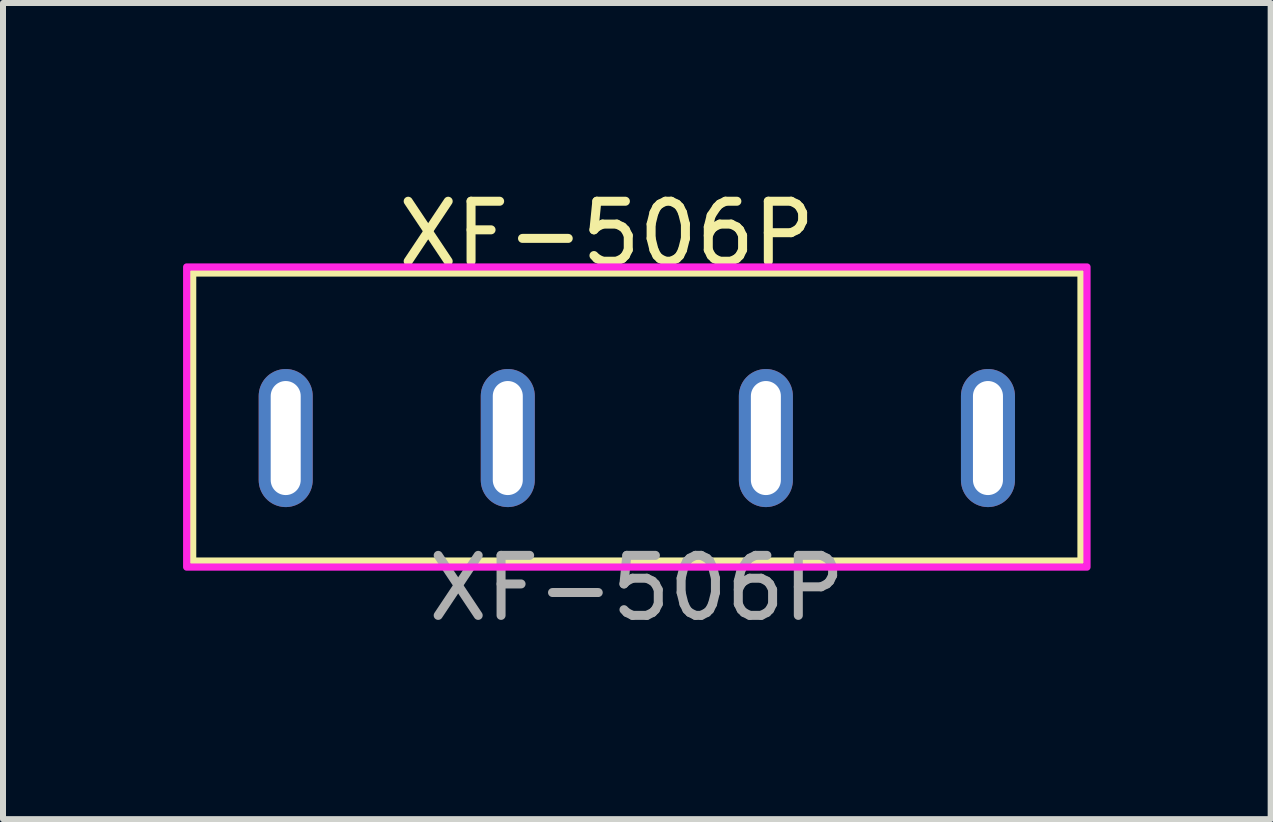
<source format=kicad_pcb>
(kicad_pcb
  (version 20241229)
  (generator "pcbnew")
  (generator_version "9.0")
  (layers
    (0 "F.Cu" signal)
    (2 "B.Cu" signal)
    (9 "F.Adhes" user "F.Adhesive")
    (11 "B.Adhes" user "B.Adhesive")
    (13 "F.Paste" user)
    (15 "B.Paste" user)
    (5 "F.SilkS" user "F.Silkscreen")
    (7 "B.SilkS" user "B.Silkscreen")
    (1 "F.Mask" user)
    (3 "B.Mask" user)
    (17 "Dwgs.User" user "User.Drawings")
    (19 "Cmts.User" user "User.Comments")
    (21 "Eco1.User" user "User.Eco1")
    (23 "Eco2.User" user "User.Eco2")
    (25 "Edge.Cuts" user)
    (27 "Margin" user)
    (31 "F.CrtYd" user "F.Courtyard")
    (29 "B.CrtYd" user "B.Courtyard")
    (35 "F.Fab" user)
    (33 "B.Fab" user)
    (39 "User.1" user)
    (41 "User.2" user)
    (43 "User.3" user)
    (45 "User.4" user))
  (footprint "XF-506P"
    (layer "F.Cu")
    (at 7.56 4.248)
    (property "Reference" "XF-506P" (at -0.5 -3.4 0) (unlocked yes) (layer "F.SilkS") (effects (font (size 1 1) (thickness 0.15))))
    (attr through_hole)
    (fp_rect (start -7.4 -2.75) (end 7.4 2.05) (stroke (width 0.12) (type solid)) (fill no) (layer "F.SilkS"))
    (fp_rect (start -7.5 -2.85) (end 7.5 2.15) (stroke (width 0.12) (type solid)) (fill no) (layer "F.CrtYd"))
    (fp_text user "${REFERENCE}" (at 0 2.5 0) (unlocked yes) (layer "F.Fab") (effects (font (size 1 1) (thickness 0.15))))
    (pad "1" thru_hole oval (at -5.85 0) (size 0.9 2.3) (drill oval 0.5 1.9) (layers "*.Cu" "*.Mask"))
    (pad "1" thru_hole oval (at -2.15 0) (size 0.9 2.3) (drill oval 0.5 1.9) (layers "*.Cu" "*.Mask"))
    (pad "2" thru_hole oval (at 2.15 0) (size 0.9 2.3) (drill oval 0.5 1.9) (layers "*.Cu" "*.Mask"))
    (pad "2" thru_hole oval (at 5.85 0) (size 0.9 2.3) (drill oval 0.5 1.9) (layers "*.Cu" "*.Mask")))
  (gr_rect
    (start -3 -3)
    (end 18.12 10.597)
    (stroke (width 0.1) (type default))
    (fill no)
    (layer "Edge.Cuts")))
</source>
